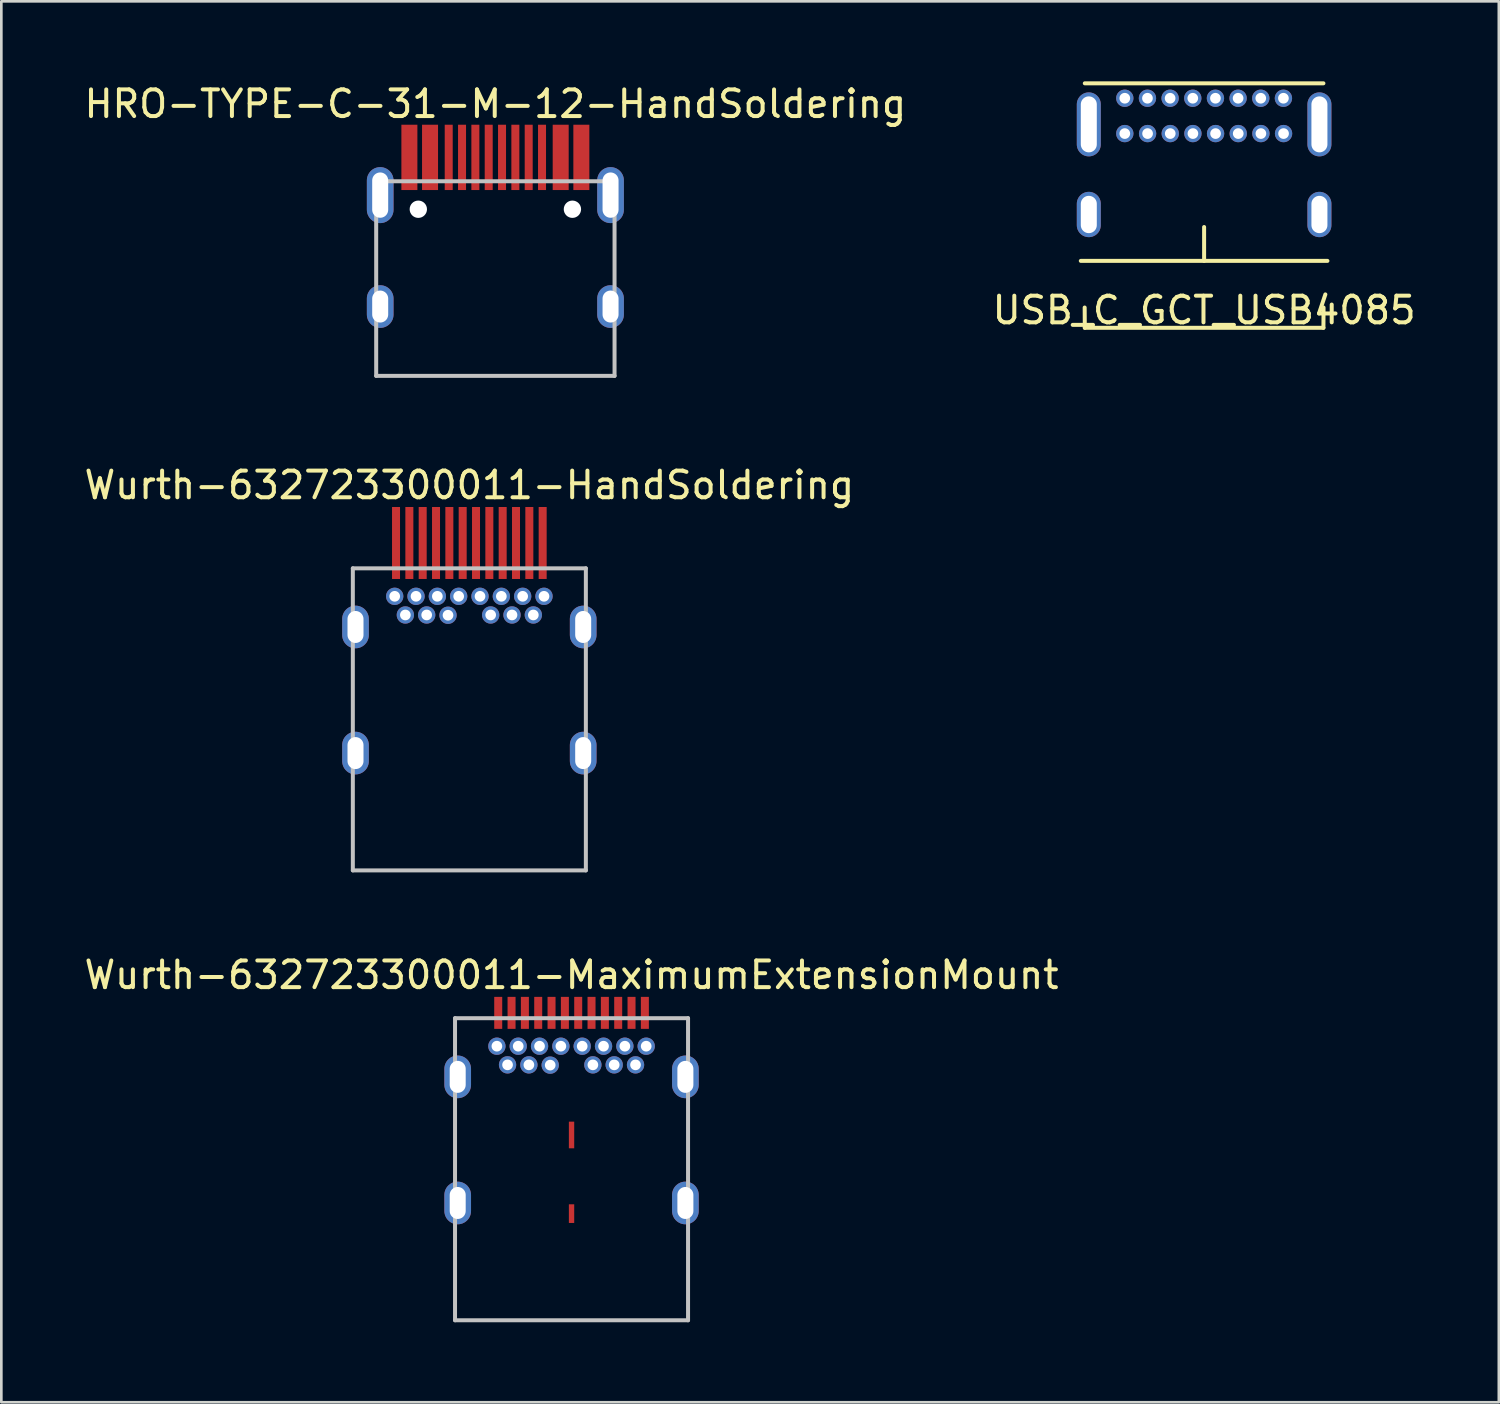
<source format=kicad_pcb>
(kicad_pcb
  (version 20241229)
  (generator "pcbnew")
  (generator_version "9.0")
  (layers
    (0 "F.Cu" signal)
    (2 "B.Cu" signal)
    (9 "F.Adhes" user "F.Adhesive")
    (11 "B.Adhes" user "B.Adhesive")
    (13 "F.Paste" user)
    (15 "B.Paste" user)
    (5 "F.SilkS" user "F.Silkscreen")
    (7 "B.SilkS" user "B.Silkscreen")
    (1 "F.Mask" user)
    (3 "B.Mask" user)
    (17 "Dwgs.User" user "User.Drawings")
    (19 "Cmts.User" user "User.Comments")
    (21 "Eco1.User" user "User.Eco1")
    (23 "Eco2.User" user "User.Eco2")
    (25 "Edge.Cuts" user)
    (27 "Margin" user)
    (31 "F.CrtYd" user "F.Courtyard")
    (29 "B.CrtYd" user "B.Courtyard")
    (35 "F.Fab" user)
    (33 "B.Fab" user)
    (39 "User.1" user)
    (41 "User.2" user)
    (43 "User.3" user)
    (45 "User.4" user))
  (footprint "Wurth-632723300011-HandSoldering"
    (layer "F.Cu")
    (at 14.554 28.646)
    (property "Reference" "Wurth-632723300011-HandSoldering" (at 0 -13.5 0) (layer "F.SilkS") (effects (font (size 1 1) (thickness 0.15))))
    (attr smd)
    (fp_line (start -4.37 -10.38) (end 4.37 -10.38) (stroke (width 0.15) (type solid)) (layer "Dwgs.User"))
    (fp_line (start -4.37 0.95) (end -4.37 -10.38) (stroke (width 0.15) (type solid)) (layer "Dwgs.User"))
    (fp_line (start -4.37 0.95) (end 4.37 0.95) (stroke (width 0.15) (type solid)) (layer "Dwgs.User"))
    (fp_line (start 4.37 0.95) (end 4.37 -10.38) (stroke (width 0.15) (type solid)) (layer "Dwgs.User"))
    (pad "1" smd rect (at -2.75 -11.33) (size 0.3 2.7) (layers "F.Cu" "F.Mask" "F.Paste"))
    (pad "2" smd rect (at -2.25 -11.33) (size 0.3 2.7) (layers "F.Cu" "F.Mask" "F.Paste"))
    (pad "3" smd rect (at -1.75 -11.33) (size 0.3 2.7) (layers "F.Cu" "F.Mask" "F.Paste"))
    (pad "4" smd rect (at -1.25 -11.33) (size 0.3 2.7) (layers "F.Cu" "F.Mask" "F.Paste"))
    (pad "5" smd rect (at -0.75 -11.33) (size 0.3 2.7) (layers "F.Cu" "F.Mask" "F.Paste"))
    (pad "6" smd rect (at -0.25 -11.33) (size 0.3 2.7) (layers "F.Cu" "F.Mask" "F.Paste"))
    (pad "7" smd rect (at 0.25 -11.33) (size 0.3 2.7) (layers "F.Cu" "F.Mask" "F.Paste"))
    (pad "8" smd rect (at 0.75 -11.33) (size 0.3 2.7) (layers "F.Cu" "F.Mask" "F.Paste"))
    (pad "9" smd rect (at 1.25 -11.33) (size 0.3 2.7) (layers "F.Cu" "F.Mask" "F.Paste"))
    (pad "10" smd rect (at 1.75 -11.33) (size 0.3 2.7) (layers "F.Cu" "F.Mask" "F.Paste"))
    (pad "11" smd rect (at 2.25 -11.33) (size 0.3 2.7) (layers "F.Cu" "F.Mask" "F.Paste"))
    (pad "12" smd rect (at 2.75 -11.33) (size 0.3 2.7) (layers "F.Cu" "F.Mask" "F.Paste"))
    (pad "13" thru_hole circle (at 2.8 -9.33) (size 0.65 0.65) (drill 0.4) (layers "*.Cu" "B.Mask"))
    (pad "14" thru_hole circle (at 2.4 -8.63) (size 0.65 0.65) (drill 0.4) (layers "*.Cu" "B.Mask"))
    (pad "15" thru_hole circle (at 1.6 -8.63) (size 0.65 0.65) (drill 0.4) (layers "*.Cu" "B.Mask"))
    (pad "16" thru_hole circle (at 1.2 -9.33) (size 0.65 0.65) (drill 0.4) (layers "*.Cu" "B.Mask"))
    (pad "17" thru_hole circle (at 0.8 -8.63) (size 0.65 0.65) (drill 0.4) (layers "*.Cu" "B.Mask"))
    (pad "18" thru_hole circle (at 0.4 -9.33) (size 0.65 0.65) (drill 0.4) (layers "*.Cu" "B.Mask"))
    (pad "19" thru_hole circle (at -0.4 -9.33) (size 0.65 0.65) (drill 0.4) (layers "*.Cu" "B.Mask"))
    (pad "20" thru_hole circle (at -0.8 -8.62) (size 0.65 0.65) (drill 0.4) (layers "*.Cu" "B.Mask"))
    (pad "21" thru_hole circle (at -1.2 -9.33) (size 0.65 0.65) (drill 0.4) (layers "*.Cu" "B.Mask"))
    (pad "22" thru_hole circle (at -1.6 -8.63) (size 0.65 0.65) (drill 0.4) (layers "*.Cu" "B.Mask"))
    (pad "23" thru_hole circle (at -2.4 -8.63) (size 0.65 0.65) (drill 0.4) (layers "*.Cu" "B.Mask"))
    (pad "24" thru_hole circle (at -2.8 -9.33) (size 0.65 0.65) (drill 0.4) (layers "*.Cu" "B.Mask"))
    (pad "25" thru_hole circle (at -2 -9.33) (size 0.65 0.65) (drill 0.4) (layers "*.Cu" "B.Mask"))
    (pad "25" thru_hole circle (at 2 -9.33) (size 0.65 0.65) (drill 0.4) (layers "*.Cu" "B.Mask"))
    (pad "26" thru_hole oval (at -4.27 -8.18) (size 1 1.6) (drill oval 0.6 1.2) (layers "*.Cu" "B.Mask"))
    (pad "26" thru_hole oval (at -4.27 -3.45) (size 1 1.6) (drill oval 0.6 1.2) (layers "*.Cu" "B.Mask"))
    (pad "26" thru_hole oval (at 4.27 -8.18) (size 1 1.6) (drill oval 0.6 1.2) (layers "*.Cu" "B.Mask"))
    (pad "26" thru_hole oval (at 4.27 -3.45) (size 1 1.6) (drill oval 0.6 1.2) (layers "*.Cu" "B.Mask")))
  (footprint "USB_C_GCT_USB4085"
    (layer "F.Cu")
    (at 42.113 6.735)
    (property "Reference" "USB_C_GCT_USB4085" (at 0 1.85 0) (layer "F.SilkS") (effects (font (size 1 1) (thickness 0.15))))
    (attr through_hole)
    (fp_line (start -4.625 0) (end 4.625 0) (stroke (width 0.15) (type solid)) (layer "F.SilkS"))
    (fp_line (start -4.475 -6.66) (end 4.475 -6.66) (stroke (width 0.15) (type solid)) (layer "F.SilkS"))
    (fp_line (start -4.475 2.51) (end -4.48 1.75) (stroke (width 0.15) (type solid)) (layer "F.SilkS"))
    (fp_line (start -4.475 2.51) (end 4.475 2.51) (stroke (width 0.15) (type solid)) (layer "F.SilkS"))
    (fp_line (start 0 0) (end 0 -1.27) (stroke (width 0.15) (type solid)) (layer "F.SilkS"))
    (fp_line (start 4.48 1.75) (end 4.475 2.51) (stroke (width 0.15) (type solid)) (layer "F.SilkS"))
    (pad "A1" thru_hole circle (at -2.975 -6.1) (size 0.65 0.65) (drill 0.4) (layers "*.Cu" "*.Mask"))
    (pad "A4" thru_hole circle (at -2.125 -6.1) (size 0.65 0.65) (drill 0.4) (layers "*.Cu" "*.Mask"))
    (pad "A5" thru_hole circle (at -1.275 -6.1) (size 0.65 0.65) (drill 0.4) (layers "*.Cu" "*.Mask"))
    (pad "A6" thru_hole circle (at -0.425 -6.1) (size 0.65 0.65) (drill 0.4) (layers "*.Cu" "*.Mask"))
    (pad "A7" thru_hole circle (at 0.425 -6.1) (size 0.65 0.65) (drill 0.4) (layers "*.Cu" "*.Mask"))
    (pad "A8" thru_hole circle (at 1.275 -6.1) (size 0.65 0.65) (drill 0.4) (layers "*.Cu" "*.Mask"))
    (pad "A9" thru_hole circle (at 2.125 -6.1) (size 0.65 0.65) (drill 0.4) (layers "*.Cu" "*.Mask"))
    (pad "A12" thru_hole circle (at 2.975 -6.1) (size 0.65 0.65) (drill 0.4) (layers "*.Cu" "*.Mask"))
    (pad "B1" thru_hole circle (at 2.98 -4.775) (size 0.65 0.65) (drill 0.4) (layers "*.Cu" "*.Mask"))
    (pad "B4" thru_hole circle (at 2.13 -4.775) (size 0.65 0.65) (drill 0.4) (layers "*.Cu" "*.Mask"))
    (pad "B5" thru_hole circle (at 1.28 -4.775) (size 0.65 0.65) (drill 0.4) (layers "*.Cu" "*.Mask"))
    (pad "B6" thru_hole circle (at 0.43 -4.775) (size 0.65 0.65) (drill 0.4) (layers "*.Cu" "*.Mask"))
    (pad "B7" thru_hole circle (at -0.42 -4.775) (size 0.65 0.65) (drill 0.4) (layers "*.Cu" "*.Mask"))
    (pad "B8" thru_hole circle (at -1.27 -4.775) (size 0.65 0.65) (drill 0.4) (layers "*.Cu" "*.Mask"))
    (pad "B9" thru_hole circle (at -2.12 -4.775) (size 0.65 0.65) (drill 0.4) (layers "*.Cu" "*.Mask"))
    (pad "B12" thru_hole circle (at -2.975 -4.775) (size 0.65 0.65) (drill 0.4) (layers "*.Cu" "*.Mask"))
    (pad "S1" thru_hole oval (at -4.325 -5.12) (size 0.9 2.4) (drill oval 0.6 2.1) (layers "*.Cu" "*.Mask"))
    (pad "S1" thru_hole oval (at -4.325 -1.74) (size 0.9 1.7) (drill oval 0.6 1.4) (layers "*.Cu" "*.Mask"))
    (pad "S1" thru_hole oval (at 4.325 -5.12) (size 0.9 2.4) (drill oval 0.6 2.1) (layers "*.Cu" "*.Mask"))
    (pad "S1" thru_hole oval (at 4.325 -1.74) (size 0.9 1.7) (drill oval 0.6 1.4) (layers "*.Cu" "*.Mask")))
  (footprint "HRO-TYPE-C-31-M-12-HandSoldering"
    (layer "F.Cu")
    (at 15.53 11.048)
    (property "Reference" "HRO-TYPE-C-31-M-12-HandSoldering" (at 0 -10.2 0) (layer "F.SilkS") (effects (font (size 1 1) (thickness 0.15))))
    (attr smd)
    (fp_line (start -4.47 -7.3) (end 4.47 -7.3) (stroke (width 0.15) (type solid)) (layer "Dwgs.User"))
    (fp_line (start -4.47 0) (end -4.47 -7.3) (stroke (width 0.15) (type solid)) (layer "Dwgs.User"))
    (fp_line (start -4.47 0) (end 4.47 0) (stroke (width 0.15) (type solid)) (layer "Dwgs.User"))
    (fp_line (start 4.47 0) (end 4.47 -7.3) (stroke (width 0.15) (type solid)) (layer "Dwgs.User"))
    (pad "" np_thru_hole circle (at -2.89 -6.25) (size 0.65 0.65) (drill 0.65) (layers "*.Cu" "*.Mask"))
    (pad "" np_thru_hole circle (at 2.89 -6.25) (size 0.65 0.65) (drill 0.65) (layers "*.Cu" "*.Mask"))
    (pad "1" smd rect (at -3.225 -8.195) (size 0.6 2.45) (layers "F.Cu" "F.Mask" "F.Paste"))
    (pad "2" smd rect (at -2.45 -8.195) (size 0.6 2.45) (layers "F.Cu" "F.Mask" "F.Paste"))
    (pad "3" smd rect (at -1.75 -8.195) (size 0.3 2.45) (layers "F.Cu" "F.Mask" "F.Paste"))
    (pad "4" smd rect (at -1.25 -8.195) (size 0.3 2.45) (layers "F.Cu" "F.Mask" "F.Paste"))
    (pad "5" smd rect (at -0.75 -8.195) (size 0.3 2.45) (layers "F.Cu" "F.Mask" "F.Paste"))
    (pad "6" smd rect (at -0.25 -8.195) (size 0.3 2.45) (layers "F.Cu" "F.Mask" "F.Paste"))
    (pad "7" smd rect (at 0.25 -8.195) (size 0.3 2.45) (layers "F.Cu" "F.Mask" "F.Paste"))
    (pad "8" smd rect (at 0.75 -8.195) (size 0.3 2.45) (layers "F.Cu" "F.Mask" "F.Paste"))
    (pad "9" smd rect (at 1.25 -8.195) (size 0.3 2.45) (layers "F.Cu" "F.Mask" "F.Paste"))
    (pad "10" smd rect (at 1.75 -8.195) (size 0.3 2.45) (layers "F.Cu" "F.Mask" "F.Paste"))
    (pad "11" smd rect (at 2.45 -8.195) (size 0.6 2.45) (layers "F.Cu" "F.Mask" "F.Paste"))
    (pad "12" smd rect (at 3.225 -8.195) (size 0.6 2.45) (layers "F.Cu" "F.Mask" "F.Paste"))
    (pad "13" thru_hole oval (at -4.32 -6.78) (size 1 2.1) (drill oval 0.6 1.7) (layers "*.Cu" "B.Mask"))
    (pad "13" thru_hole oval (at -4.32 -2.6) (size 1 1.6) (drill oval 0.6 1.2) (layers "*.Cu" "B.Mask"))
    (pad "13" thru_hole oval (at 4.32 -6.78) (size 1 2.1) (drill oval 0.6 1.7) (layers "*.Cu" "B.Mask"))
    (pad "13" thru_hole oval (at 4.32 -2.6) (size 1 1.6) (drill oval 0.6 1.2) (layers "*.Cu" "B.Mask")))
  (footprint "Wurth-632723300011-MaximumExtensionMount"
    (layer "F.Cu")
    (at 18.387 45.52)
    (property "Reference" "Wurth-632723300011-MaximumExtensionMount" (at 0 -12 0) (layer "F.SilkS") (effects (font (size 1 1) (thickness 0.15))))
    (attr smd)
    (fp_line (start -4.37 -10.38) (end 4.37 -10.38) (stroke (width 0.15) (type solid)) (layer "Dwgs.User"))
    (fp_line (start -4.37 0.95) (end -4.37 -10.38) (stroke (width 0.15) (type solid)) (layer "Dwgs.User"))
    (fp_line (start -4.37 0.95) (end 4.37 0.95) (stroke (width 0.15) (type solid)) (layer "Dwgs.User"))
    (fp_line (start 4.37 0.95) (end 4.37 -10.38) (stroke (width 0.15) (type solid)) (layer "Dwgs.User"))
    (pad "1" smd rect (at -2.75 -10.58) (size 0.3 1.2) (layers "F.Cu" "F.Mask" "F.Paste"))
    (pad "2" smd rect (at -2.25 -10.58) (size 0.3 1.2) (layers "F.Cu" "F.Mask" "F.Paste"))
    (pad "3" smd rect (at -1.75 -10.58) (size 0.3 1.2) (layers "F.Cu" "F.Mask" "F.Paste"))
    (pad "4" smd rect (at -1.25 -10.58) (size 0.3 1.2) (layers "F.Cu" "F.Mask" "F.Paste"))
    (pad "5" smd rect (at -0.75 -10.58) (size 0.3 1.2) (layers "F.Cu" "F.Mask" "F.Paste"))
    (pad "6" smd rect (at -0.25 -10.58) (size 0.3 1.2) (layers "F.Cu" "F.Mask" "F.Paste"))
    (pad "7" smd rect (at 0.25 -10.58) (size 0.3 1.2) (layers "F.Cu" "F.Mask" "F.Paste"))
    (pad "8" smd rect (at 0.75 -10.58) (size 0.3 1.2) (layers "F.Cu" "F.Mask" "F.Paste"))
    (pad "9" smd rect (at 1.25 -10.58) (size 0.3 1.2) (layers "F.Cu" "F.Mask" "F.Paste"))
    (pad "10" smd rect (at 1.75 -10.58) (size 0.3 1.2) (layers "F.Cu" "F.Mask" "F.Paste"))
    (pad "11" smd rect (at 2.25 -10.58) (size 0.3 1.2) (layers "F.Cu" "F.Mask" "F.Paste"))
    (pad "12" smd rect (at 2.75 -10.58) (size 0.3 1.2) (layers "F.Cu" "F.Mask" "F.Paste"))
    (pad "13" thru_hole circle (at 2.8 -9.33) (size 0.65 0.65) (drill 0.4) (layers "*.Cu" "B.Mask"))
    (pad "14" thru_hole circle (at 2.4 -8.63) (size 0.65 0.65) (drill 0.4) (layers "*.Cu" "B.Mask"))
    (pad "15" thru_hole circle (at 1.6 -8.63) (size 0.65 0.65) (drill 0.4) (layers "*.Cu" "B.Mask"))
    (pad "16" thru_hole circle (at 1.2 -9.33) (size 0.65 0.65) (drill 0.4) (layers "*.Cu" "B.Mask"))
    (pad "17" thru_hole circle (at 0.8 -8.63) (size 0.65 0.65) (drill 0.4) (layers "*.Cu" "B.Mask"))
    (pad "18" thru_hole circle (at 0.4 -9.33) (size 0.65 0.65) (drill 0.4) (layers "*.Cu" "B.Mask"))
    (pad "19" thru_hole circle (at -0.4 -9.33) (size 0.65 0.65) (drill 0.4) (layers "*.Cu" "B.Mask"))
    (pad "20" thru_hole circle (at -0.8 -8.62) (size 0.65 0.65) (drill 0.4) (layers "*.Cu" "B.Mask"))
    (pad "21" thru_hole circle (at -1.2 -9.33) (size 0.65 0.65) (drill 0.4) (layers "*.Cu" "B.Mask"))
    (pad "22" thru_hole circle (at -1.6 -8.63) (size 0.65 0.65) (drill 0.4) (layers "*.Cu" "B.Mask"))
    (pad "23" thru_hole circle (at -2.4 -8.63) (size 0.65 0.65) (drill 0.4) (layers "*.Cu" "B.Mask"))
    (pad "24" thru_hole circle (at -2.8 -9.33) (size 0.65 0.65) (drill 0.4) (layers "*.Cu" "B.Mask"))
    (pad "25" thru_hole circle (at -2 -9.33) (size 0.65 0.65) (drill 0.4) (layers "*.Cu" "B.Mask"))
    (pad "25" thru_hole circle (at 2 -9.33) (size 0.65 0.65) (drill 0.4) (layers "*.Cu" "B.Mask"))
    (pad "26" thru_hole oval (at -4.27 -8.18) (size 1 1.6) (drill oval 0.6 1.2) (layers "*.Cu" "B.Mask"))
    (pad "26" thru_hole oval (at -4.27 -3.45) (size 1 1.6) (drill oval 0.6 1.2) (layers "*.Cu" "B.Mask"))
    (pad "26" thru_hole oval (at 4.27 -8.18) (size 1 1.6) (drill oval 0.6 1.2) (layers "*.Cu" "B.Mask"))
    (pad "26" thru_hole oval (at 4.27 -3.45) (size 1 1.6) (drill oval 0.6 1.2) (layers "*.Cu" "B.Mask"))
    (pad "27" smd rect (at 0 -6) (size 0.2 1) (layers "F.Cu" "F.Mask" "F.Paste"))
    (pad "27" smd rect (at 0 -3.05) (size 0.2 0.7) (layers "F.Cu" "F.Mask" "F.Paste")))
  (gr_rect
    (start -3 -3)
    (end 53.167 49.545)
    (stroke (width 0.1) (type default))
    (fill no)
    (layer "Edge.Cuts")))
</source>
